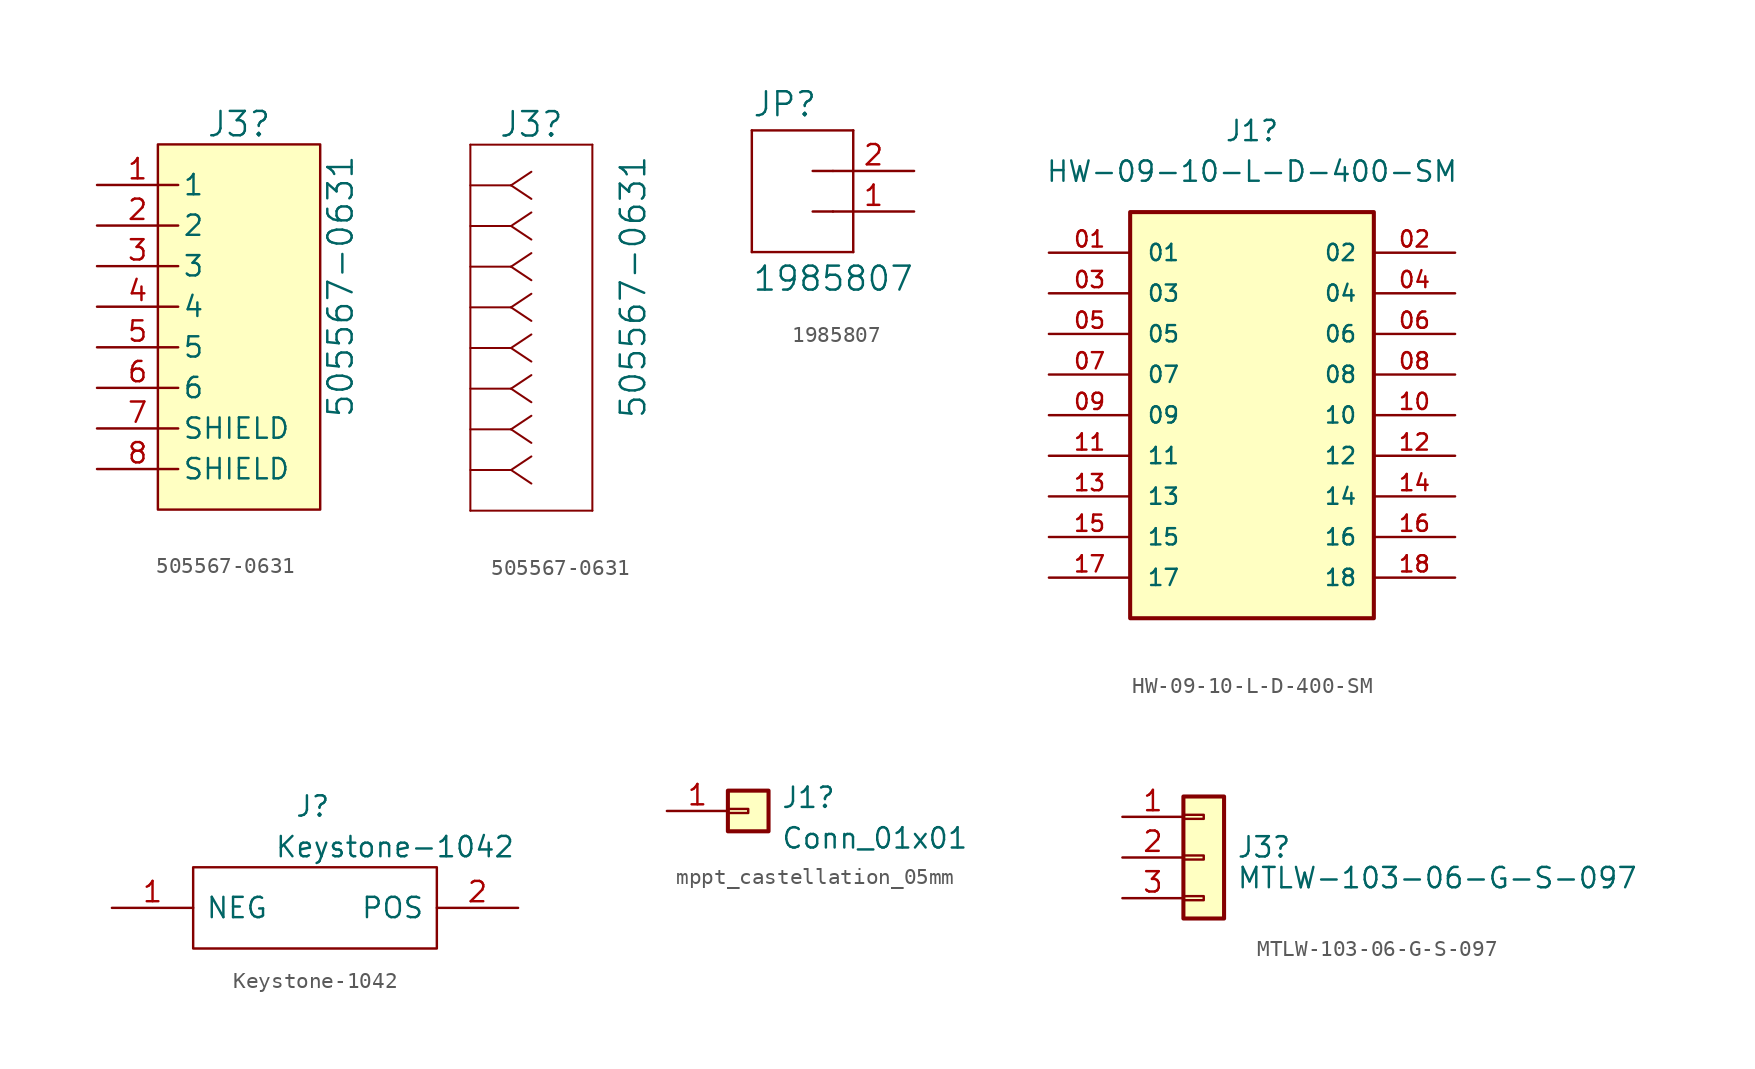
<source format=kicad_sym>
(kicad_symbol_lib
  (version 20241209)
  (generator "kicad_symbol_editor")
  (generator_version "9.0")
  (symbol "505567-0631"
    (pin_names
      (offset 0.254))
    (property "Reference" "J3"
      (at 8.89 3.81 0)
      (effects (font (size 1.524 1.524))))
    (property "Value" "505567-0631"
      (at 15.24 -6.35 90)
      (effects (font (size 1.524 1.524))))
    (symbol "505567-0631_1_1"
      (rectangle (start 3.81 2.54) (end 13.97 -20.32) (stroke (width 0) (type default)) (fill (type background)))
      (pin passive line (at 0 0 0) (length 5.08) (name "1" (effects (font (size 1.27 1.27)))) (number "1" (effects (font (size 1.27 1.27)))))
      (pin passive line (at 0 -2.54 0) (length 5.08) (name "2" (effects (font (size 1.27 1.27)))) (number "2" (effects (font (size 1.27 1.27)))))
      (pin passive line (at 0 -5.08 0) (length 5.08) (name "3" (effects (font (size 1.27 1.27)))) (number "3" (effects (font (size 1.27 1.27)))))
      (pin passive line (at 0 -7.62 0) (length 5.08) (name "4" (effects (font (size 1.27 1.27)))) (number "4" (effects (font (size 1.27 1.27)))))
      (pin passive line (at 0 -10.16 0) (length 5.08) (name "5" (effects (font (size 1.27 1.27)))) (number "5" (effects (font (size 1.27 1.27)))))
      (pin passive line (at 0 -12.7 0) (length 5.08) (name "6" (effects (font (size 1.27 1.27)))) (number "6" (effects (font (size 1.27 1.27)))))
      (pin passive line (at 0 -15.24 0) (length 5.08) (name "SHIELD" (effects (font (size 1.27 1.27)))) (number "7" (effects (font (size 1.27 1.27)))))
      (pin passive line (at 0 -17.78 0) (length 5.08) (name "SHIELD" (effects (font (size 1.27 1.27)))) (number "8" (effects (font (size 1.27 1.27))))))
    (symbol "505567-0631_1_2"
      (polyline (pts (xy 5.08 2.54) (xy 5.08 -20.32)) (stroke (width 0.127) (type default)) (fill (type none)))
      (polyline (pts (xy 5.08 -20.32) (xy 12.7 -20.32)) (stroke (width 0.127) (type default)) (fill (type none)))
      (polyline (pts (xy 7.62 0) (xy 5.08 0)) (stroke (width 0.127) (type default)) (fill (type none)))
      (polyline (pts (xy 7.62 0) (xy 8.89 0.847)) (stroke (width 0.127) (type default)) (fill (type none)))
      (polyline (pts (xy 7.62 0) (xy 8.89 -0.847)) (stroke (width 0.127) (type default)) (fill (type none)))
      (polyline (pts (xy 7.62 -2.54) (xy 5.08 -2.54)) (stroke (width 0.127) (type default)) (fill (type none)))
      (polyline (pts (xy 7.62 -2.54) (xy 8.89 -1.693)) (stroke (width 0.127) (type default)) (fill (type none)))
      (polyline (pts (xy 7.62 -2.54) (xy 8.89 -3.387)) (stroke (width 0.127) (type default)) (fill (type none)))
      (polyline (pts (xy 7.62 -5.08) (xy 5.08 -5.08)) (stroke (width 0.127) (type default)) (fill (type none)))
      (polyline (pts (xy 7.62 -5.08) (xy 8.89 -4.233)) (stroke (width 0.127) (type default)) (fill (type none)))
      (polyline (pts (xy 7.62 -5.08) (xy 8.89 -5.927)) (stroke (width 0.127) (type default)) (fill (type none)))
      (polyline (pts (xy 7.62 -7.62) (xy 5.08 -7.62)) (stroke (width 0.127) (type default)) (fill (type none)))
      (polyline (pts (xy 7.62 -7.62) (xy 8.89 -6.773)) (stroke (width 0.127) (type default)) (fill (type none)))
      (polyline (pts (xy 7.62 -7.62) (xy 8.89 -8.467)) (stroke (width 0.127) (type default)) (fill (type none)))
      (polyline (pts (xy 7.62 -10.16) (xy 5.08 -10.16)) (stroke (width 0.127) (type default)) (fill (type none)))
      (polyline (pts (xy 7.62 -10.16) (xy 8.89 -9.313)) (stroke (width 0.127) (type default)) (fill (type none)))
      (polyline (pts (xy 7.62 -10.16) (xy 8.89 -11.007)) (stroke (width 0.127) (type default)) (fill (type none)))
      (polyline (pts (xy 7.62 -12.7) (xy 5.08 -12.7)) (stroke (width 0.127) (type default)) (fill (type none)))
      (polyline (pts (xy 7.62 -12.7) (xy 8.89 -11.853)) (stroke (width 0.127) (type default)) (fill (type none)))
      (polyline (pts (xy 7.62 -12.7) (xy 8.89 -13.547)) (stroke (width 0.127) (type default)) (fill (type none)))
      (polyline (pts (xy 7.62 -15.24) (xy 5.08 -15.24)) (stroke (width 0.127) (type default)) (fill (type none)))
      (polyline (pts (xy 7.62 -15.24) (xy 8.89 -14.393)) (stroke (width 0.127) (type default)) (fill (type none)))
      (polyline (pts (xy 7.62 -15.24) (xy 8.89 -16.087)) (stroke (width 0.127) (type default)) (fill (type none)))
      (polyline (pts (xy 7.62 -17.78) (xy 5.08 -17.78)) (stroke (width 0.127) (type default)) (fill (type none)))
      (polyline (pts (xy 7.62 -17.78) (xy 8.89 -16.933)) (stroke (width 0.127) (type default)) (fill (type none)))
      (polyline (pts (xy 7.62 -17.78) (xy 8.89 -18.627)) (stroke (width 0.127) (type default)) (fill (type none)))
      (polyline (pts (xy 12.7 2.54) (xy 5.08 2.54)) (stroke (width 0.127) (type default)) (fill (type none)))
      (polyline (pts (xy 12.7 -20.32) (xy 12.7 2.54)) (stroke (width 0.127) (type default)) (fill (type none)))))
  (symbol "1985807"
    (pin_names
      (offset 1.016))
    (property "Reference" "JP"
      (at -2.54 5.842 0)
      (effects (font (size 1.499 1.499)) (justify left bottom)))
    (property "Value" "1985807"
      (at -2.54 -5.08 0)
      (effects (font (size 1.499 1.499)) (justify left bottom)))
    (symbol "1985807_1_0"
      (polyline (pts (xy -2.54 5.08) (xy -2.54 -2.54)) (stroke (width 0) (type default)) (fill (type none)))
      (polyline (pts (xy -2.54 5.08) (xy 3.81 5.08)) (stroke (width 0) (type default)) (fill (type none)))
      (polyline (pts (xy 1.27 2.54) (xy 2.54 2.54)) (stroke (width 0) (type default)) (fill (type none)))
      (polyline (pts (xy 1.27 0) (xy 2.54 0)) (stroke (width 0) (type default)) (fill (type none)))
      (polyline (pts (xy 3.81 -2.54) (xy -2.54 -2.54)) (stroke (width 0) (type default)) (fill (type none)))
      (polyline (pts (xy 3.81 -2.54) (xy 3.81 5.08)) (stroke (width 0) (type default)) (fill (type none)))
      (pin passive line (at 7.62 2.54 180) (length 5.08) (name "2" (effects (font (size 0 0)))) (number "2" (effects (font (size 1.27 1.27)))))
      (pin passive line (at 7.62 0 180) (length 5.08) (name "1" (effects (font (size 0 0)))) (number "1" (effects (font (size 1.27 1.27)))))))
  (symbol "HW-09-10-L-D-400-SM"
    (pin_names
      (offset 1.016))
    (property "Reference" "J1"
      (at 0 17.78 0)
      (effects (font (size 1.27 1.27))))
    (property "Value" "HW-09-10-L-D-400-SM"
      (at 0 15.24 0)
      (effects (font (size 1.27 1.27))))
    (symbol "HW-09-10-L-D-400-SM_0_0"
      (rectangle (start -7.62 -12.7) (end 7.62 12.7) (stroke (width 0.254) (type default)) (fill (type background)))
      (pin passive line (at -12.7 10.16 0) (length 5.08) (name "01" (effects (font (size 1.016 1.016)))) (number "01" (effects (font (size 1.016 1.016)))))
      (pin passive line (at -12.7 7.62 0) (length 5.08) (name "03" (effects (font (size 1.016 1.016)))) (number "03" (effects (font (size 1.016 1.016)))))
      (pin passive line (at -12.7 5.08 0) (length 5.08) (name "05" (effects (font (size 1.016 1.016)))) (number "05" (effects (font (size 1.016 1.016)))))
      (pin passive line (at -12.7 2.54 0) (length 5.08) (name "07" (effects (font (size 1.016 1.016)))) (number "07" (effects (font (size 1.016 1.016)))))
      (pin passive line (at -12.7 0 0) (length 5.08) (name "09" (effects (font (size 1.016 1.016)))) (number "09" (effects (font (size 1.016 1.016)))))
      (pin passive line (at -12.7 -2.54 0) (length 5.08) (name "11" (effects (font (size 1.016 1.016)))) (number "11" (effects (font (size 1.016 1.016)))))
      (pin passive line (at -12.7 -5.08 0) (length 5.08) (name "13" (effects (font (size 1.016 1.016)))) (number "13" (effects (font (size 1.016 1.016)))))
      (pin passive line (at -12.7 -7.62 0) (length 5.08) (name "15" (effects (font (size 1.016 1.016)))) (number "15" (effects (font (size 1.016 1.016)))))
      (pin passive line (at -12.7 -10.16 0) (length 5.08) (name "17" (effects (font (size 1.016 1.016)))) (number "17" (effects (font (size 1.016 1.016)))))
      (pin passive line (at 12.7 10.16 180) (length 5.08) (name "02" (effects (font (size 1.016 1.016)))) (number "02" (effects (font (size 1.016 1.016)))))
      (pin passive line (at 12.7 7.62 180) (length 5.08) (name "04" (effects (font (size 1.016 1.016)))) (number "04" (effects (font (size 1.016 1.016)))))
      (pin passive line (at 12.7 5.08 180) (length 5.08) (name "06" (effects (font (size 1.016 1.016)))) (number "06" (effects (font (size 1.016 1.016)))))
      (pin passive line (at 12.7 2.54 180) (length 5.08) (name "08" (effects (font (size 1.016 1.016)))) (number "08" (effects (font (size 1.016 1.016)))))
      (pin passive line (at 12.7 0 180) (length 5.08) (name "10" (effects (font (size 1.016 1.016)))) (number "10" (effects (font (size 1.016 1.016)))))
      (pin passive line (at 12.7 -2.54 180) (length 5.08) (name "12" (effects (font (size 1.016 1.016)))) (number "12" (effects (font (size 1.016 1.016)))))
      (pin passive line (at 12.7 -5.08 180) (length 5.08) (name "14" (effects (font (size 1.016 1.016)))) (number "14" (effects (font (size 1.016 1.016)))))
      (pin passive line (at 12.7 -7.62 180) (length 5.08) (name "16" (effects (font (size 1.016 1.016)))) (number "16" (effects (font (size 1.016 1.016)))))
      (pin passive line (at 12.7 -10.16 180) (length 5.08) (name "18" (effects (font (size 1.016 1.016)))) (number "18" (effects (font (size 1.016 1.016)))))))
  (symbol "Keystone-1042"
    (pin_names
      (offset 0.762))
    (property "Reference" "J"
      (at 11.43 6.35 0)
      (effects (font (size 1.27 1.27)) (justify left)))
    (property "Value" "Keystone-1042"
      (at 10.16 3.81 0)
      (effects (font (size 1.27 1.27)) (justify left)))
    (symbol "Keystone-1042_0_0"
      (pin power_out line (at 0 0 0) (length 5.08) (name "NEG" (effects (font (size 1.27 1.27)))) (number "1" (effects (font (size 1.27 1.27)))))
      (pin power_out line (at 25.4 0 180) (length 5.08) (name "POS" (effects (font (size 1.27 1.27)))) (number "2" (effects (font (size 1.27 1.27))))))
    (symbol "Keystone-1042_0_1"
      (polyline (pts (xy 5.08 2.54) (xy 20.32 2.54) (xy 20.32 -2.54) (xy 5.08 -2.54) (xy 5.08 2.54)) (stroke (width 0.152) (type default)) (fill (type none)))))
  (symbol "mppt_castellation_05mm"
    (pin_names
      (offset 1.016)
      (hide yes))
    (property "Reference" "J1"
      (at 2.032 0.835 0)
      (effects (font (size 1.27 1.27)) (justify left)))
    (property "Value" "Conn_01x01"
      (at 2.032 -1.702 0)
      (effects (font (size 1.27 1.27)) (justify left)))
    (symbol "mppt_castellation_05mm_1_1"
      (rectangle (start -1.27 1.27) (end 1.27 -1.27) (stroke (width 0.254) (type default)) (fill (type background)))
      (rectangle (start -1.27 0.127) (end 0 -0.127) (stroke (width 0.152) (type default)) (fill (type none)))
      (pin passive line (at -5.08 0 0) (length 3.81) (name "Pin_1" (effects (font (size 1.27 1.27)))) (number "1" (effects (font (size 1.27 1.27)))))))
  (symbol "MTLW-103-06-G-S-097"
    (pin_names
      (offset 1.016)
      (hide yes))
    (property "Reference" "J3"
      (at 2.032 0.644 0)
      (effects (font (size 1.27 1.27)) (justify left)))
    (property "Value" "MTLW-103-06-G-S-097"
      (at 2.032 -1.277 0)
      (effects (font (size 1.27 1.27)) (justify left)))
    (symbol "MTLW-103-06-G-S-097_1_1"
      (rectangle (start -1.27 3.81) (end 1.27 -3.81) (stroke (width 0.254) (type default)) (fill (type background)))
      (rectangle (start -1.27 2.667) (end 0 2.413) (stroke (width 0.152) (type default)) (fill (type none)))
      (rectangle (start -1.27 0.127) (end 0 -0.127) (stroke (width 0.152) (type default)) (fill (type none)))
      (rectangle (start -1.27 -2.413) (end 0 -2.667) (stroke (width 0.152) (type default)) (fill (type none)))
      (pin passive line (at -5.08 2.54 0) (length 3.81) (name "Pin_1" (effects (font (size 1.27 1.27)))) (number "1" (effects (font (size 1.27 1.27)))))
      (pin passive line (at -5.08 0 0) (length 3.81) (name "Pin_2" (effects (font (size 1.27 1.27)))) (number "2" (effects (font (size 1.27 1.27)))))
      (pin passive line (at -5.08 -2.54 0) (length 3.81) (name "Pin_3" (effects (font (size 1.27 1.27)))) (number "3" (effects (font (size 1.27 1.27))))))))
</source>
